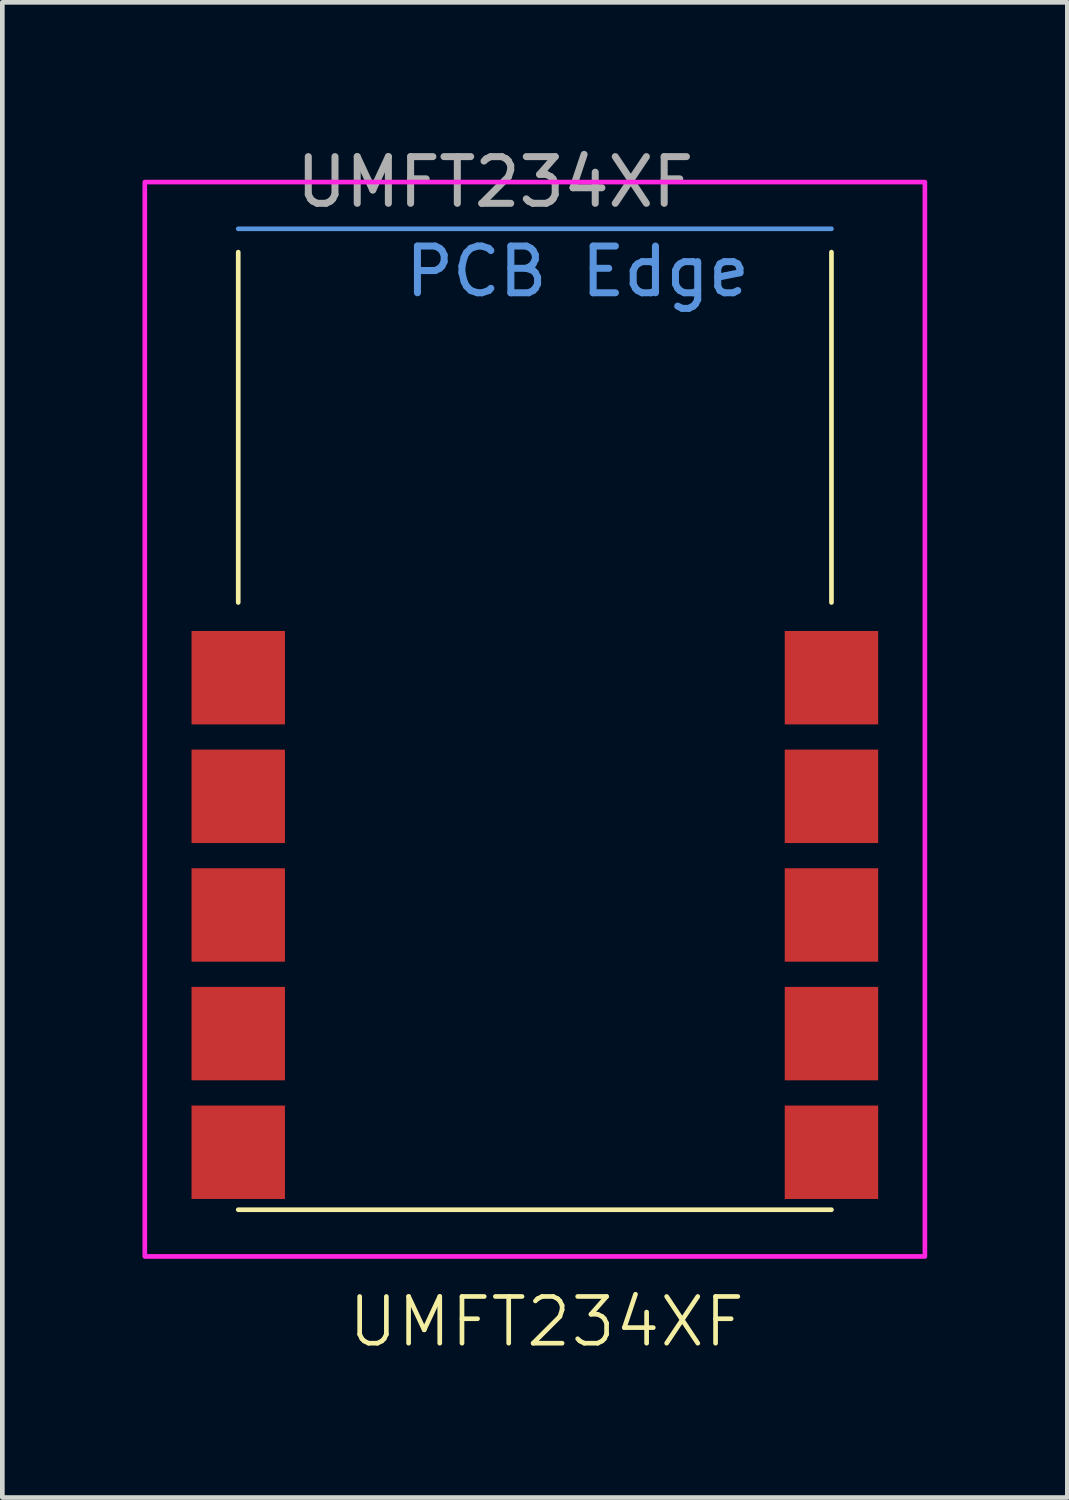
<source format=kicad_pcb>
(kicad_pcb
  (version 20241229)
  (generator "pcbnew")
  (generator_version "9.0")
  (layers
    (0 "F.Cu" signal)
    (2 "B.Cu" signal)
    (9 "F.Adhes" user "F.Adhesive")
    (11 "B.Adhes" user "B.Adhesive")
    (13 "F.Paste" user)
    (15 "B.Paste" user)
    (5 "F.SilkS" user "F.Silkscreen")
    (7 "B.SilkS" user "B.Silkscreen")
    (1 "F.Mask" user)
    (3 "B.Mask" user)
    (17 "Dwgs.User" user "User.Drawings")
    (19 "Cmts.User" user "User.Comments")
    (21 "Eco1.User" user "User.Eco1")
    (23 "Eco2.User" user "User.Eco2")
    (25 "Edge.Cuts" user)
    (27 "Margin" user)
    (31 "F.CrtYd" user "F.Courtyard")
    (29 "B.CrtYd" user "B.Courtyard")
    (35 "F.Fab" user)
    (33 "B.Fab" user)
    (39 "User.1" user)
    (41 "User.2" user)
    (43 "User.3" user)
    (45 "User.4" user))
  (footprint "UMFT234XF"
    (layer "F.Cu")
    (at 2.05 1.848)
    (property "Reference" "UMFT234XF" (at 6.6 23.4 0) (unlocked yes) (layer "F.SilkS") (effects (font (size 1 1) (thickness 0.1))))
    (attr smd)
    (fp_line (start 0 0.5) (end 0 8) (stroke (width 0.1) (type default)) (layer "F.SilkS"))
    (fp_line (start 0 21) (end 12.7 21) (stroke (width 0.1) (type default)) (layer "F.SilkS"))
    (fp_line (start 12.7 0.5) (end 12.7 8) (stroke (width 0.1) (type default)) (layer "F.SilkS"))
    (fp_line (start 0 0) (end 12.7 0) (stroke (width 0.1) (type default)) (layer "Cmts.User"))
    (fp_rect (start -2 -1) (end 14.7 22) (stroke (width 0.1) (type default)) (fill no) (layer "F.CrtYd"))
    (fp_text user "PCB Edge" (at 3.5 1.5 0) (unlocked yes) (layer "Cmts.User") (effects (font (size 1 1) (thickness 0.15)) (justify left bottom)))
    (fp_text user "${REFERENCE}" (at 5.5 -1 0) (unlocked yes) (layer "F.Fab") (effects (font (size 1 1) (thickness 0.15))))
    (pad "P1" smd rect (at 0 9.61) (size 2 2) (layers "F.Cu" "F.Mask" "F.Paste"))
    (pad "P2" smd rect (at 0 12.15) (size 2 2) (layers "F.Cu" "F.Mask" "F.Paste"))
    (pad "P3" smd rect (at 0 14.69) (size 2 2) (layers "F.Cu" "F.Mask" "F.Paste"))
    (pad "P4" smd rect (at 0 17.23) (size 2 2) (layers "F.Cu" "F.Mask" "F.Paste"))
    (pad "P5" smd rect (at 0 19.77) (size 2 2) (layers "F.Cu" "F.Mask" "F.Paste"))
    (pad "P6" smd rect (at 12.7 19.77) (size 2 2) (layers "F.Cu" "F.Mask" "F.Paste"))
    (pad "P7" smd rect (at 12.7 17.23) (size 2 2) (layers "F.Cu" "F.Mask" "F.Paste"))
    (pad "P8" smd rect (at 12.7 14.69) (size 2 2) (layers "F.Cu" "F.Mask" "F.Paste"))
    (pad "P9" smd rect (at 12.7 12.15) (size 2 2) (layers "F.Cu" "F.Mask" "F.Paste"))
    (pad "P10" smd rect (at 12.7 9.61) (size 2 2) (layers "F.Cu" "F.Mask" "F.Paste")))
  (gr_rect
    (start -3 -3)
    (end 19.8 29.009)
    (stroke (width 0.1) (type default))
    (fill no)
    (layer "Edge.Cuts")))
</source>
